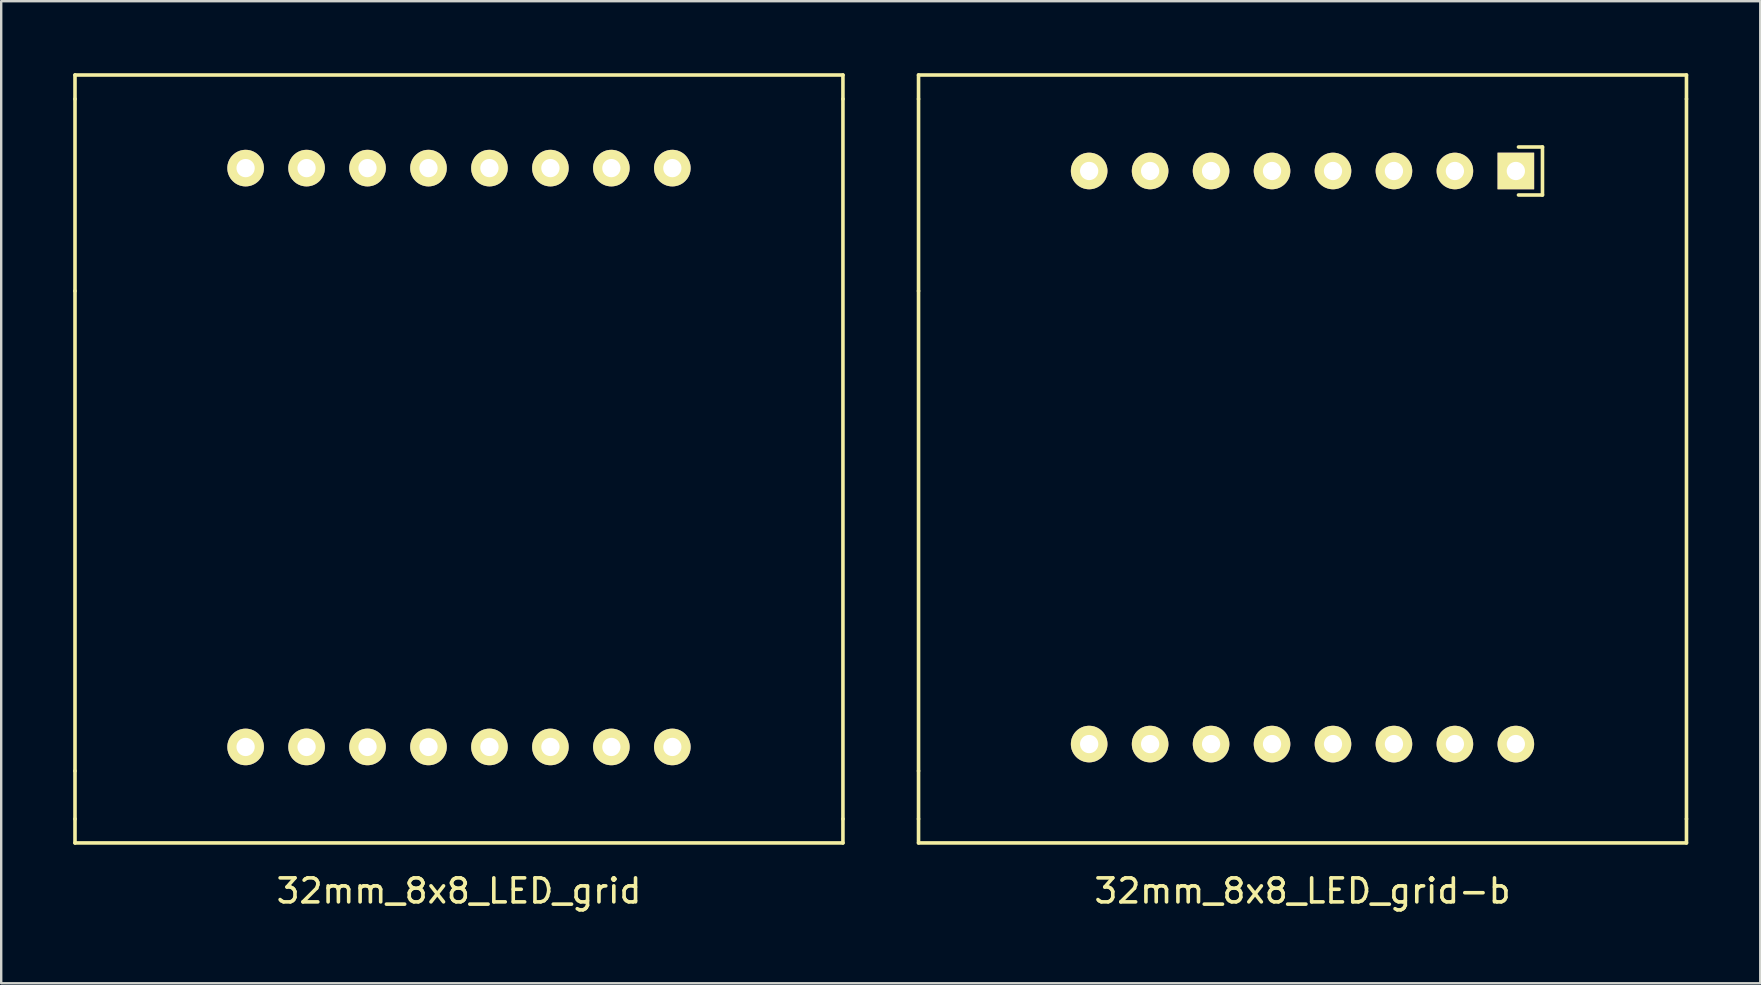
<source format=kicad_pcb>
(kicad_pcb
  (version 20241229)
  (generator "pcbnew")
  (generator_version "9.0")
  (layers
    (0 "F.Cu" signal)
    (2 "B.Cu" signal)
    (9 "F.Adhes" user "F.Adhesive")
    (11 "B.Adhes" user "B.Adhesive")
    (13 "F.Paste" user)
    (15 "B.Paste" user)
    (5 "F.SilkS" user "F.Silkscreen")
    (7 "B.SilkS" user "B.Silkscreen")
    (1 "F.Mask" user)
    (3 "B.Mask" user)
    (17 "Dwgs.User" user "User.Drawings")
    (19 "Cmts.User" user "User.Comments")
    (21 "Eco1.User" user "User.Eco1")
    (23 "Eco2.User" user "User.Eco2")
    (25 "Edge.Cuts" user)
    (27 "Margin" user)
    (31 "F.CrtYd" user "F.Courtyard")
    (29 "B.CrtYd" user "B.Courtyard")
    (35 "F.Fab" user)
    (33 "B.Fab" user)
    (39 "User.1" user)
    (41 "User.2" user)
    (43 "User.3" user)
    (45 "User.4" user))
  (footprint "32mm_8x8_LED_grid-b"
    (layer "F.Cu")
    (at 51.225 16.075)
    (property "Reference" "32mm_8x8_LED_grid-b" (at 0 18 0) (layer "F.SilkS") (effects (font (size 1 1) (thickness 0.15))))
    (attr through_hole)
    (fp_line (start -16 -16) (end -16 -15) (stroke (width 0.15) (type solid)) (layer "F.SilkS"))
    (fp_line (start -16 -15) (end -16 -7) (stroke (width 0.15) (type solid)) (layer "F.SilkS"))
    (fp_line (start -16 13) (end -16 -7) (stroke (width 0.15) (type solid)) (layer "F.SilkS"))
    (fp_line (start -16 15) (end -16 13) (stroke (width 0.15) (type solid)) (layer "F.SilkS"))
    (fp_line (start -16 15) (end -16 16) (stroke (width 0.15) (type solid)) (layer "F.SilkS"))
    (fp_line (start -16 16) (end 16 16) (stroke (width 0.15) (type solid)) (layer "F.SilkS"))
    (fp_line (start 9 -13) (end 10 -13) (stroke (width 0.15) (type solid)) (layer "F.SilkS"))
    (fp_line (start 10 -13) (end 10 -11) (stroke (width 0.15) (type solid)) (layer "F.SilkS"))
    (fp_line (start 10 -11) (end 9 -11) (stroke (width 0.15) (type solid)) (layer "F.SilkS"))
    (fp_line (start 16 -16) (end -16 -16) (stroke (width 0.15) (type solid)) (layer "F.SilkS"))
    (fp_line (start 16 -15) (end 16 -16) (stroke (width 0.15) (type solid)) (layer "F.SilkS"))
    (fp_line (start 16 15) (end 16 -15) (stroke (width 0.15) (type solid)) (layer "F.SilkS"))
    (fp_line (start 16 16) (end 16 15) (stroke (width 0.15) (type solid)) (layer "F.SilkS"))
    (pad "1" thru_hole rect (at 8.89 -12) (size 1.524 1.524) (drill 0.762) (layers "*.Cu" "*.Mask" "F.SilkS"))
    (pad "2" thru_hole circle (at 8.89 11.88) (size 1.524 1.524) (drill 0.762) (layers "*.Cu" "*.Mask" "F.SilkS"))
    (pad "3" thru_hole circle (at 6.35 -12) (size 1.524 1.524) (drill 0.762) (layers "*.Cu" "*.Mask" "F.SilkS"))
    (pad "4" thru_hole circle (at 6.35 11.88) (size 1.524 1.524) (drill 0.762) (layers "*.Cu" "*.Mask" "F.SilkS"))
    (pad "5" thru_hole circle (at 3.81 -12) (size 1.524 1.524) (drill 0.762) (layers "*.Cu" "*.Mask" "F.SilkS"))
    (pad "6" thru_hole circle (at 3.81 11.88) (size 1.524 1.524) (drill 0.762) (layers "*.Cu" "*.Mask" "F.SilkS"))
    (pad "7" thru_hole circle (at 1.27 -12) (size 1.524 1.524) (drill 0.762) (layers "*.Cu" "*.Mask" "F.SilkS"))
    (pad "8" thru_hole circle (at 1.27 11.88) (size 1.524 1.524) (drill 0.762) (layers "*.Cu" "*.Mask" "F.SilkS"))
    (pad "9" thru_hole circle (at -1.27 -12) (size 1.524 1.524) (drill 0.762) (layers "*.Cu" "*.Mask" "F.SilkS"))
    (pad "10" thru_hole circle (at -1.27 11.88) (size 1.524 1.524) (drill 0.762) (layers "*.Cu" "*.Mask" "F.SilkS"))
    (pad "11" thru_hole circle (at -3.81 -12) (size 1.524 1.524) (drill 0.762) (layers "*.Cu" "*.Mask" "F.SilkS"))
    (pad "12" thru_hole circle (at -3.81 11.88) (size 1.524 1.524) (drill 0.762) (layers "*.Cu" "*.Mask" "F.SilkS"))
    (pad "13" thru_hole circle (at -6.35 -12) (size 1.524 1.524) (drill 0.762) (layers "*.Cu" "*.Mask" "F.SilkS"))
    (pad "14" thru_hole circle (at -6.35 11.88) (size 1.524 1.524) (drill 0.762) (layers "*.Cu" "*.Mask" "F.SilkS"))
    (pad "15" thru_hole circle (at -8.89 -12) (size 1.524 1.524) (drill 0.762) (layers "*.Cu" "*.Mask" "F.SilkS"))
    (pad "16" thru_hole circle (at -8.89 11.88) (size 1.524 1.524) (drill 0.762) (layers "*.Cu" "*.Mask" "F.SilkS")))
  (footprint "32mm_8x8_LED_grid"
    (layer "F.Cu")
    (at 16.075 16.075)
    (property "Reference" "32mm_8x8_LED_grid" (at 0 18 0) (layer "F.SilkS") (effects (font (size 1 1) (thickness 0.15))))
    (attr through_hole)
    (fp_line (start -16 -16) (end -16 -15) (stroke (width 0.15) (type solid)) (layer "F.SilkS"))
    (fp_line (start -16 -15) (end -16 -7) (stroke (width 0.15) (type solid)) (layer "F.SilkS"))
    (fp_line (start -16 13) (end -16 -7) (stroke (width 0.15) (type solid)) (layer "F.SilkS"))
    (fp_line (start -16 15) (end -16 13) (stroke (width 0.15) (type solid)) (layer "F.SilkS"))
    (fp_line (start -16 15) (end -16 16) (stroke (width 0.15) (type solid)) (layer "F.SilkS"))
    (fp_line (start -16 16) (end 16 16) (stroke (width 0.15) (type solid)) (layer "F.SilkS"))
    (fp_line (start 16 -16) (end -16 -16) (stroke (width 0.15) (type solid)) (layer "F.SilkS"))
    (fp_line (start 16 -15) (end 16 -16) (stroke (width 0.15) (type solid)) (layer "F.SilkS"))
    (fp_line (start 16 15) (end 16 -15) (stroke (width 0.15) (type solid)) (layer "F.SilkS"))
    (fp_line (start 16 16) (end 16 15) (stroke (width 0.15) (type solid)) (layer "F.SilkS"))
    (pad "1" thru_hole circle (at -8.89 12) (size 1.524 1.524) (drill 0.762) (layers "*.Cu" "*.Mask" "F.SilkS"))
    (pad "2" thru_hole circle (at -8.89 -12.12) (size 1.524 1.524) (drill 0.762) (layers "*.Cu" "*.Mask" "F.SilkS"))
    (pad "3" thru_hole circle (at -6.35 12) (size 1.524 1.524) (drill 0.762) (layers "*.Cu" "*.Mask" "F.SilkS"))
    (pad "4" thru_hole circle (at -6.35 -12.12) (size 1.524 1.524) (drill 0.762) (layers "*.Cu" "*.Mask" "F.SilkS"))
    (pad "5" thru_hole circle (at -3.81 12) (size 1.524 1.524) (drill 0.762) (layers "*.Cu" "*.Mask" "F.SilkS"))
    (pad "6" thru_hole circle (at -3.81 -12.12) (size 1.524 1.524) (drill 0.762) (layers "*.Cu" "*.Mask" "F.SilkS"))
    (pad "7" thru_hole circle (at -1.27 12) (size 1.524 1.524) (drill 0.762) (layers "*.Cu" "*.Mask" "F.SilkS"))
    (pad "8" thru_hole circle (at -1.27 -12.12) (size 1.524 1.524) (drill 0.762) (layers "*.Cu" "*.Mask" "F.SilkS"))
    (pad "9" thru_hole circle (at 1.27 12) (size 1.524 1.524) (drill 0.762) (layers "*.Cu" "*.Mask" "F.SilkS"))
    (pad "10" thru_hole circle (at 1.27 -12.12) (size 1.524 1.524) (drill 0.762) (layers "*.Cu" "*.Mask" "F.SilkS"))
    (pad "11" thru_hole circle (at 3.81 12) (size 1.524 1.524) (drill 0.762) (layers "*.Cu" "*.Mask" "F.SilkS"))
    (pad "12" thru_hole circle (at 3.81 -12.12) (size 1.524 1.524) (drill 0.762) (layers "*.Cu" "*.Mask" "F.SilkS"))
    (pad "13" thru_hole circle (at 6.35 12) (size 1.524 1.524) (drill 0.762) (layers "*.Cu" "*.Mask" "F.SilkS"))
    (pad "14" thru_hole circle (at 6.35 -12.12) (size 1.524 1.524) (drill 0.762) (layers "*.Cu" "*.Mask" "F.SilkS"))
    (pad "15" thru_hole circle (at 8.89 12) (size 1.524 1.524) (drill 0.762) (layers "*.Cu" "*.Mask" "F.SilkS"))
    (pad "16" thru_hole circle (at 8.89 -12.12) (size 1.524 1.524) (drill 0.762) (layers "*.Cu" "*.Mask" "F.SilkS")))
  (gr_rect
    (start -3 -3)
    (end 70.3 37.923)
    (stroke (width 0.1) (type default))
    (fill no)
    (layer "Edge.Cuts")))
</source>
